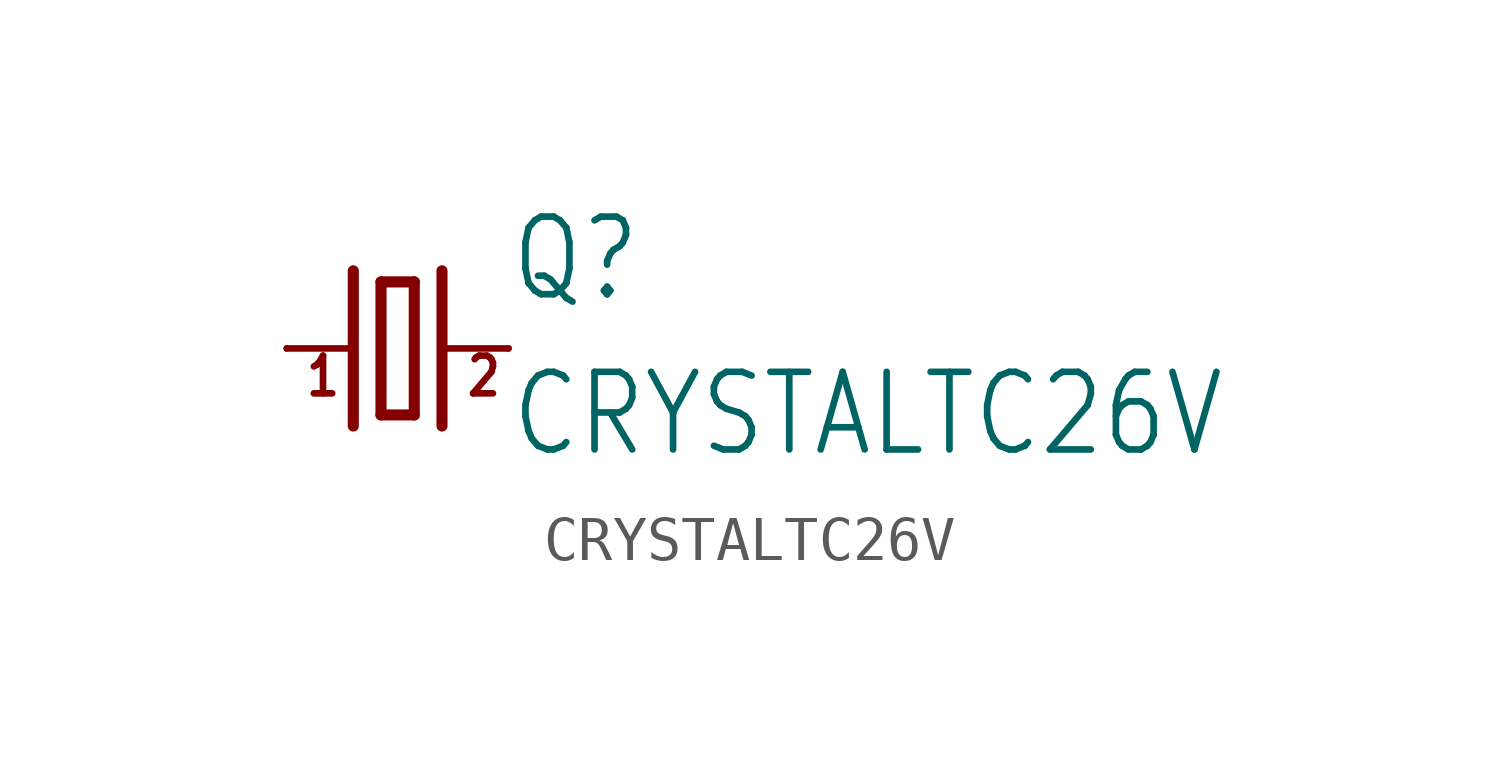
<source format=kicad_sym>
(kicad_symbol_lib
  (version 20211014)
  (generator kicad_symbol_editor)
  (symbol "CRYSTALTC26V"
    (property "Reference" "Q"
      (at 2.54 1.016 0)
      (effects (font (size 1.778 1.511)) (justify left bottom)))
    (property "Value" "CRYSTALTC26V"
      (at 2.54 -2.54 0)
      (effects (font (size 1.778 1.511)) (justify left bottom)))
    (property "ki_locked" ""
      (at 0 0 0)
      (effects (font (size 1.27 1.27))))
    (symbol "CRYSTALTC26V_1_0"
      (polyline (pts (xy -2.54 0) (xy -1.016 0)) (stroke (width 0.152) (type default) (color 0 0 0 0)) (fill (type none)))
      (polyline (pts (xy -1.016 1.778) (xy -1.016 -1.778)) (stroke (width 0.254) (type default) (color 0 0 0 0)) (fill (type none)))
      (polyline (pts (xy -0.381 -1.524) (xy 0.381 -1.524)) (stroke (width 0.254) (type default) (color 0 0 0 0)) (fill (type none)))
      (polyline (pts (xy -0.381 1.524) (xy -0.381 -1.524)) (stroke (width 0.254) (type default) (color 0 0 0 0)) (fill (type none)))
      (polyline (pts (xy 0.381 -1.524) (xy 0.381 1.524)) (stroke (width 0.254) (type default) (color 0 0 0 0)) (fill (type none)))
      (polyline (pts (xy 0.381 1.524) (xy -0.381 1.524)) (stroke (width 0.254) (type default) (color 0 0 0 0)) (fill (type none)))
      (polyline (pts (xy 1.016 0) (xy 2.54 0)) (stroke (width 0.152) (type default) (color 0 0 0 0)) (fill (type none)))
      (polyline (pts (xy 1.016 1.778) (xy 1.016 -1.778)) (stroke (width 0.254) (type default) (color 0 0 0 0)) (fill (type none)))
      (text "1" (at -2.159 -1.143 0) (effects (font (size 0.864 0.734)) (justify left bottom)))
      (text "2" (at 1.524 -1.143 0) (effects (font (size 0.864 0.734)) (justify left bottom)))
      (pin passive line (at -2.54 0 0) (length 0) (name "1" (effects (font (size 0 0)))) (number "1" (effects (font (size 0 0)))))
      (pin passive line (at 2.54 0 180) (length 0) (name "2" (effects (font (size 0 0)))) (number "2" (effects (font (size 0 0))))))))
</source>
